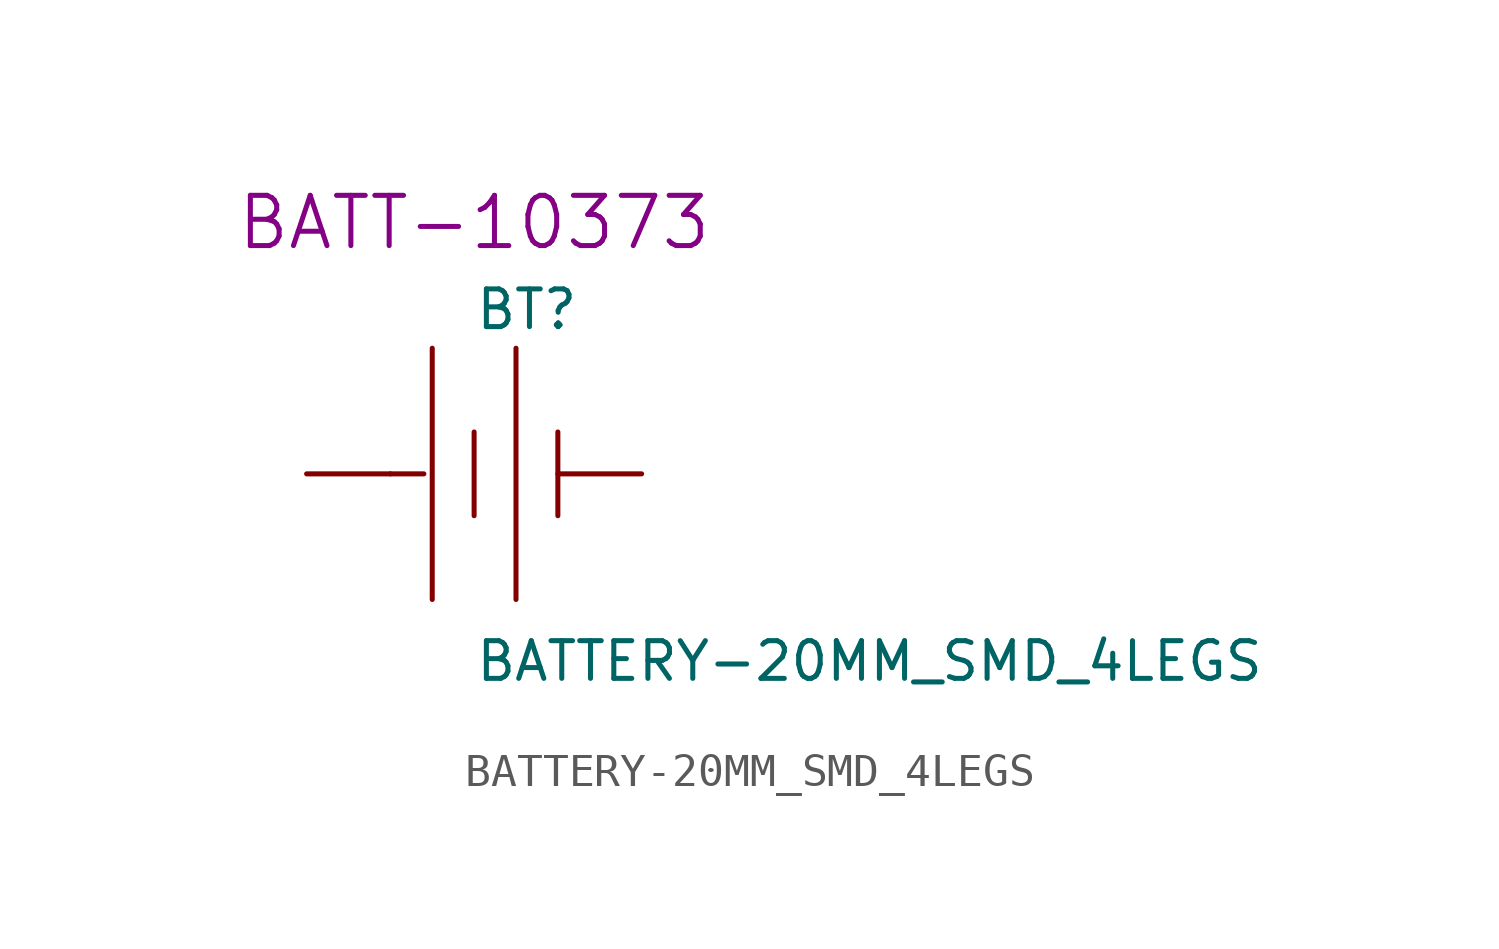
<source format=kicad_sym>
(kicad_symbol_lib
  (version 20211014)
  (generator kicad_symbol_editor)
  (symbol "BATTERY-20MM_SMD_4LEGS"
    (pin_numbers hide)
    (pin_names
      (offset 1.016) hide)
    (property "Reference" "BT"
      (at 0 4.318 0)
      (effects (font (size 1.143 1.143)) (justify left bottom)))
    (property "Value" "BATTERY-20MM_SMD_4LEGS"
      (at 0 -6.35 0)
      (effects (font (size 1.143 1.143)) (justify left bottom)))
    (property "Field4" "BATT-10373"
      (at 0 7.62 0)
      (effects (font (size 1.524 1.524))))
    (property "ki_locked" ""
      (at 0 0 0)
      (effects (font (size 1.27 1.27))))
    (symbol "BATTERY-20MM_SMD_4LEGS_1_0"
      (polyline (pts (xy -2.54 0) (xy -1.524 0)) (stroke (width 0) (type default) (color 0 0 0 0)) (fill (type none)))
      (polyline (pts (xy -1.27 3.81) (xy -1.27 -3.81)) (stroke (width 0) (type default) (color 0 0 0 0)) (fill (type none)))
      (polyline (pts (xy 0 1.27) (xy 0 -1.27)) (stroke (width 0) (type default) (color 0 0 0 0)) (fill (type none)))
      (polyline (pts (xy 1.27 3.81) (xy 1.27 -3.81)) (stroke (width 0) (type default) (color 0 0 0 0)) (fill (type none)))
      (polyline (pts (xy 2.54 1.27) (xy 2.54 -1.27)) (stroke (width 0) (type default) (color 0 0 0 0)) (fill (type none))))
    (symbol "BATTERY-20MM_SMD_4LEGS_1_1"
      (pin power_in line (at 5.08 0 180) (length 2.54) (name "-" (effects (font (size 1.016 1.016)))) (number "NEGA" (effects (font (size 1.016 1.016)))))
      (pin power_in line (at -5.08 0 0) (length 2.54) (name "+" (effects (font (size 1.016 1.016)))) (number "POSI" (effects (font (size 1.016 1.016)))))
      (pin power_in line (at -5.08 0 0) (length 2.54) hide (name "+" (effects (font (size 1.016 1.016)))) (number "POSI" (effects (font (size 1.016 1.016)))))
      (pin power_in line (at -5.08 0 0) (length 2.54) hide (name "+" (effects (font (size 1.016 1.016)))) (number "POSI" (effects (font (size 1.016 1.016)))))
      (pin power_in line (at -5.08 0 0) (length 2.54) hide (name "+" (effects (font (size 1.016 1.016)))) (number "POSI" (effects (font (size 1.016 1.016))))))))
</source>
